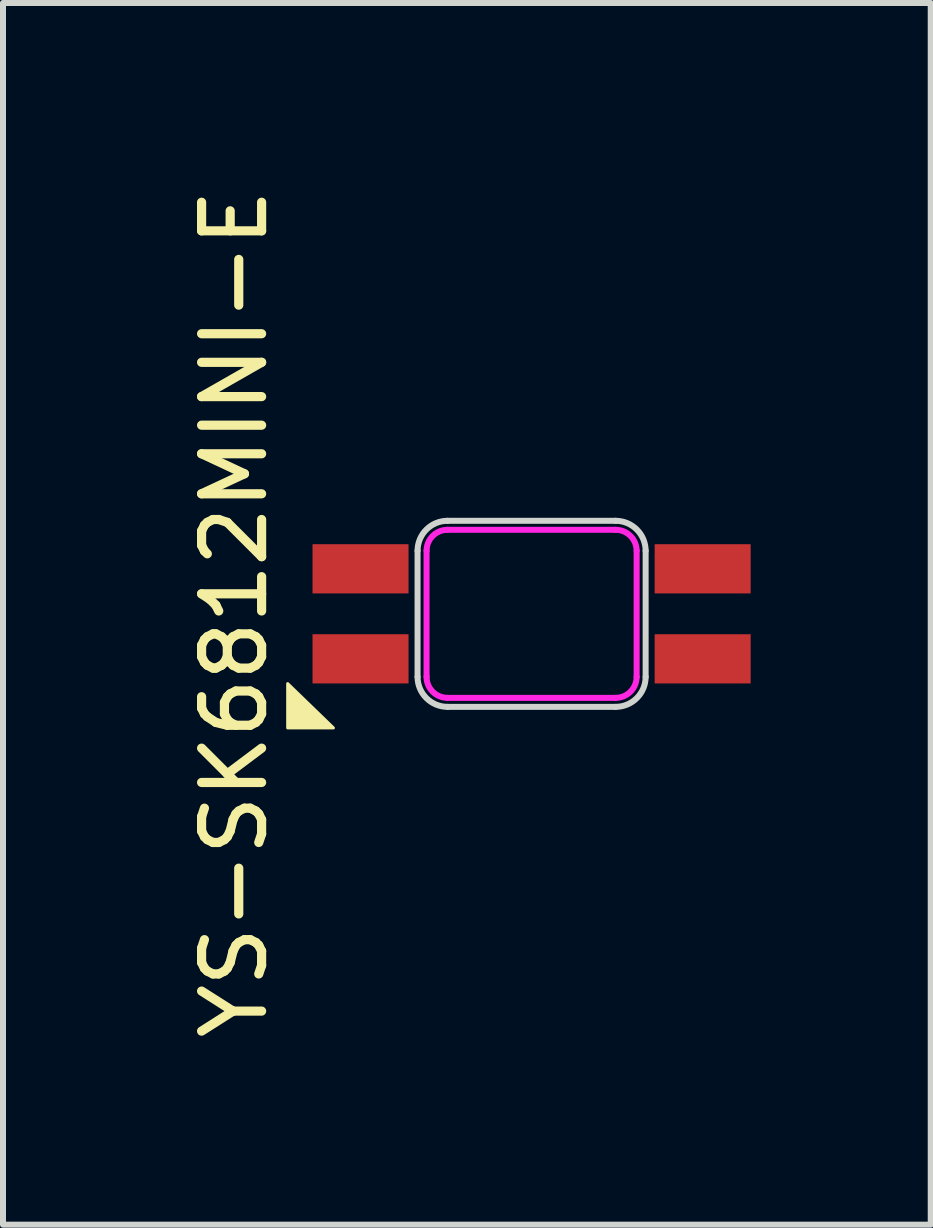
<source format=kicad_pcb>
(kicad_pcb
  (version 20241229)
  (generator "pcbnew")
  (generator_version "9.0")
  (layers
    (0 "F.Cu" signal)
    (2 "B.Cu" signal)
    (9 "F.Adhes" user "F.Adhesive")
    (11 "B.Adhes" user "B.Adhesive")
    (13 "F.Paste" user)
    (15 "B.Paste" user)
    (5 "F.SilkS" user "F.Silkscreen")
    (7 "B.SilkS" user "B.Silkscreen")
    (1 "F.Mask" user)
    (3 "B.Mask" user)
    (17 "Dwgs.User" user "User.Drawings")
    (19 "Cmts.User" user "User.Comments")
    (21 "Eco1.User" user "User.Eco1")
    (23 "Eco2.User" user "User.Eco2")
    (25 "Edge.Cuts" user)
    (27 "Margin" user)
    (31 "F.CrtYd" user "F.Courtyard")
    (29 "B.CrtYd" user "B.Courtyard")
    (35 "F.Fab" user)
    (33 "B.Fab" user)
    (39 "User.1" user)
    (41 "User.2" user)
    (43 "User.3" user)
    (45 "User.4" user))
  (footprint "YS-SK6812MINI-E"
    (layer "F.Cu")
    (at 5.807 7.177)
    (property "Reference" "YS-SK6812MINI-E" (at -4.953 0 90) (layer "F.SilkS") (effects (font (size 1 1) (thickness 0.153) (bold yes))))
    (attr smd)
    (fp_poly (pts (xy -4.064 1.163) (xy -4.064 1.901) (xy -3.302 1.901)) (stroke (width 0.05) (type solid)) (fill yes) (layer "F.SilkS"))
    (fp_line (start -1.9 -1.05) (end -1.9 1.05) (stroke (width 0.1) (type solid)) (layer "Edge.Cuts"))
    (fp_line (start -1.4 1.55) (end 1.4 1.55) (stroke (width 0.1) (type solid)) (layer "Edge.Cuts"))
    (fp_line (start 1.4 -1.55) (end -1.4 -1.55) (stroke (width 0.1) (type solid)) (layer "Edge.Cuts"))
    (fp_line (start 1.9 1.05) (end 1.9 -1.05) (stroke (width 0.1) (type solid)) (layer "Edge.Cuts"))
    (fp_arc (start -1.9 -1.05) (mid -1.753553 -1.403553) (end -1.4 -1.55) (stroke (width 0.1) (type default)) (layer "Edge.Cuts"))
    (fp_arc (start -1.4 1.55) (mid -1.753553 1.403553) (end -1.9 1.05) (stroke (width 0.1) (type default)) (layer "Edge.Cuts"))
    (fp_arc (start 1.4 -1.55) (mid 1.753553 -1.403553) (end 1.9 -1.05) (stroke (width 0.1) (type default)) (layer "Edge.Cuts"))
    (fp_arc (start 1.9 1.05) (mid 1.753553 1.403553) (end 1.4 1.55) (stroke (width 0.1) (type default)) (layer "Edge.Cuts"))
    (fp_line (start -1.75 -1.05) (end -1.75 1.05) (stroke (width 0.1) (type solid)) (layer "F.CrtYd"))
    (fp_line (start -1.4 -1.4) (end 1.4 -1.4) (stroke (width 0.1) (type solid)) (layer "F.CrtYd"))
    (fp_line (start -1.4 1.4) (end 1.4 1.4) (stroke (width 0.1) (type solid)) (layer "F.CrtYd"))
    (fp_line (start 1.75 -1.05) (end 1.75 1.05) (stroke (width 0.1) (type solid)) (layer "F.CrtYd"))
    (fp_arc (start -1.75 -1.05) (mid -1.647487 -1.297487) (end -1.4 -1.4) (stroke (width 0.1) (type default)) (layer "F.CrtYd"))
    (fp_arc (start -1.4 1.4) (mid -1.647487 1.297487) (end -1.75 1.05) (stroke (width 0.1) (type default)) (layer "F.CrtYd"))
    (fp_arc (start 1.4 -1.4) (mid 1.647487 -1.297487) (end 1.75 -1.05) (stroke (width 0.1) (type default)) (layer "F.CrtYd"))
    (fp_arc (start 1.75 1.05) (mid 1.647487 1.297487) (end 1.4 1.4) (stroke (width 0.1) (type default)) (layer "F.CrtYd"))
    (pad "1" smd rect (at 2.85 -0.75) (size 1.6 0.82) (layers "F.Cu" "F.Mask" "F.Paste"))
    (pad "2" smd rect (at 2.85 0.75) (size 1.6 0.82) (layers "F.Cu" "F.Mask" "F.Paste"))
    (pad "3" smd rect (at -2.85 0.75) (size 1.6 0.82) (layers "F.Cu" "F.Mask" "F.Paste"))
    (pad "4" smd rect (at -2.85 -0.75) (size 1.6 0.82) (layers "F.Cu" "F.Mask" "F.Paste")))
  (gr_rect
    (start -3 -3)
    (end 12.457 17.354)
    (stroke (width 0.1) (type default))
    (fill no)
    (layer "Edge.Cuts")))
</source>
